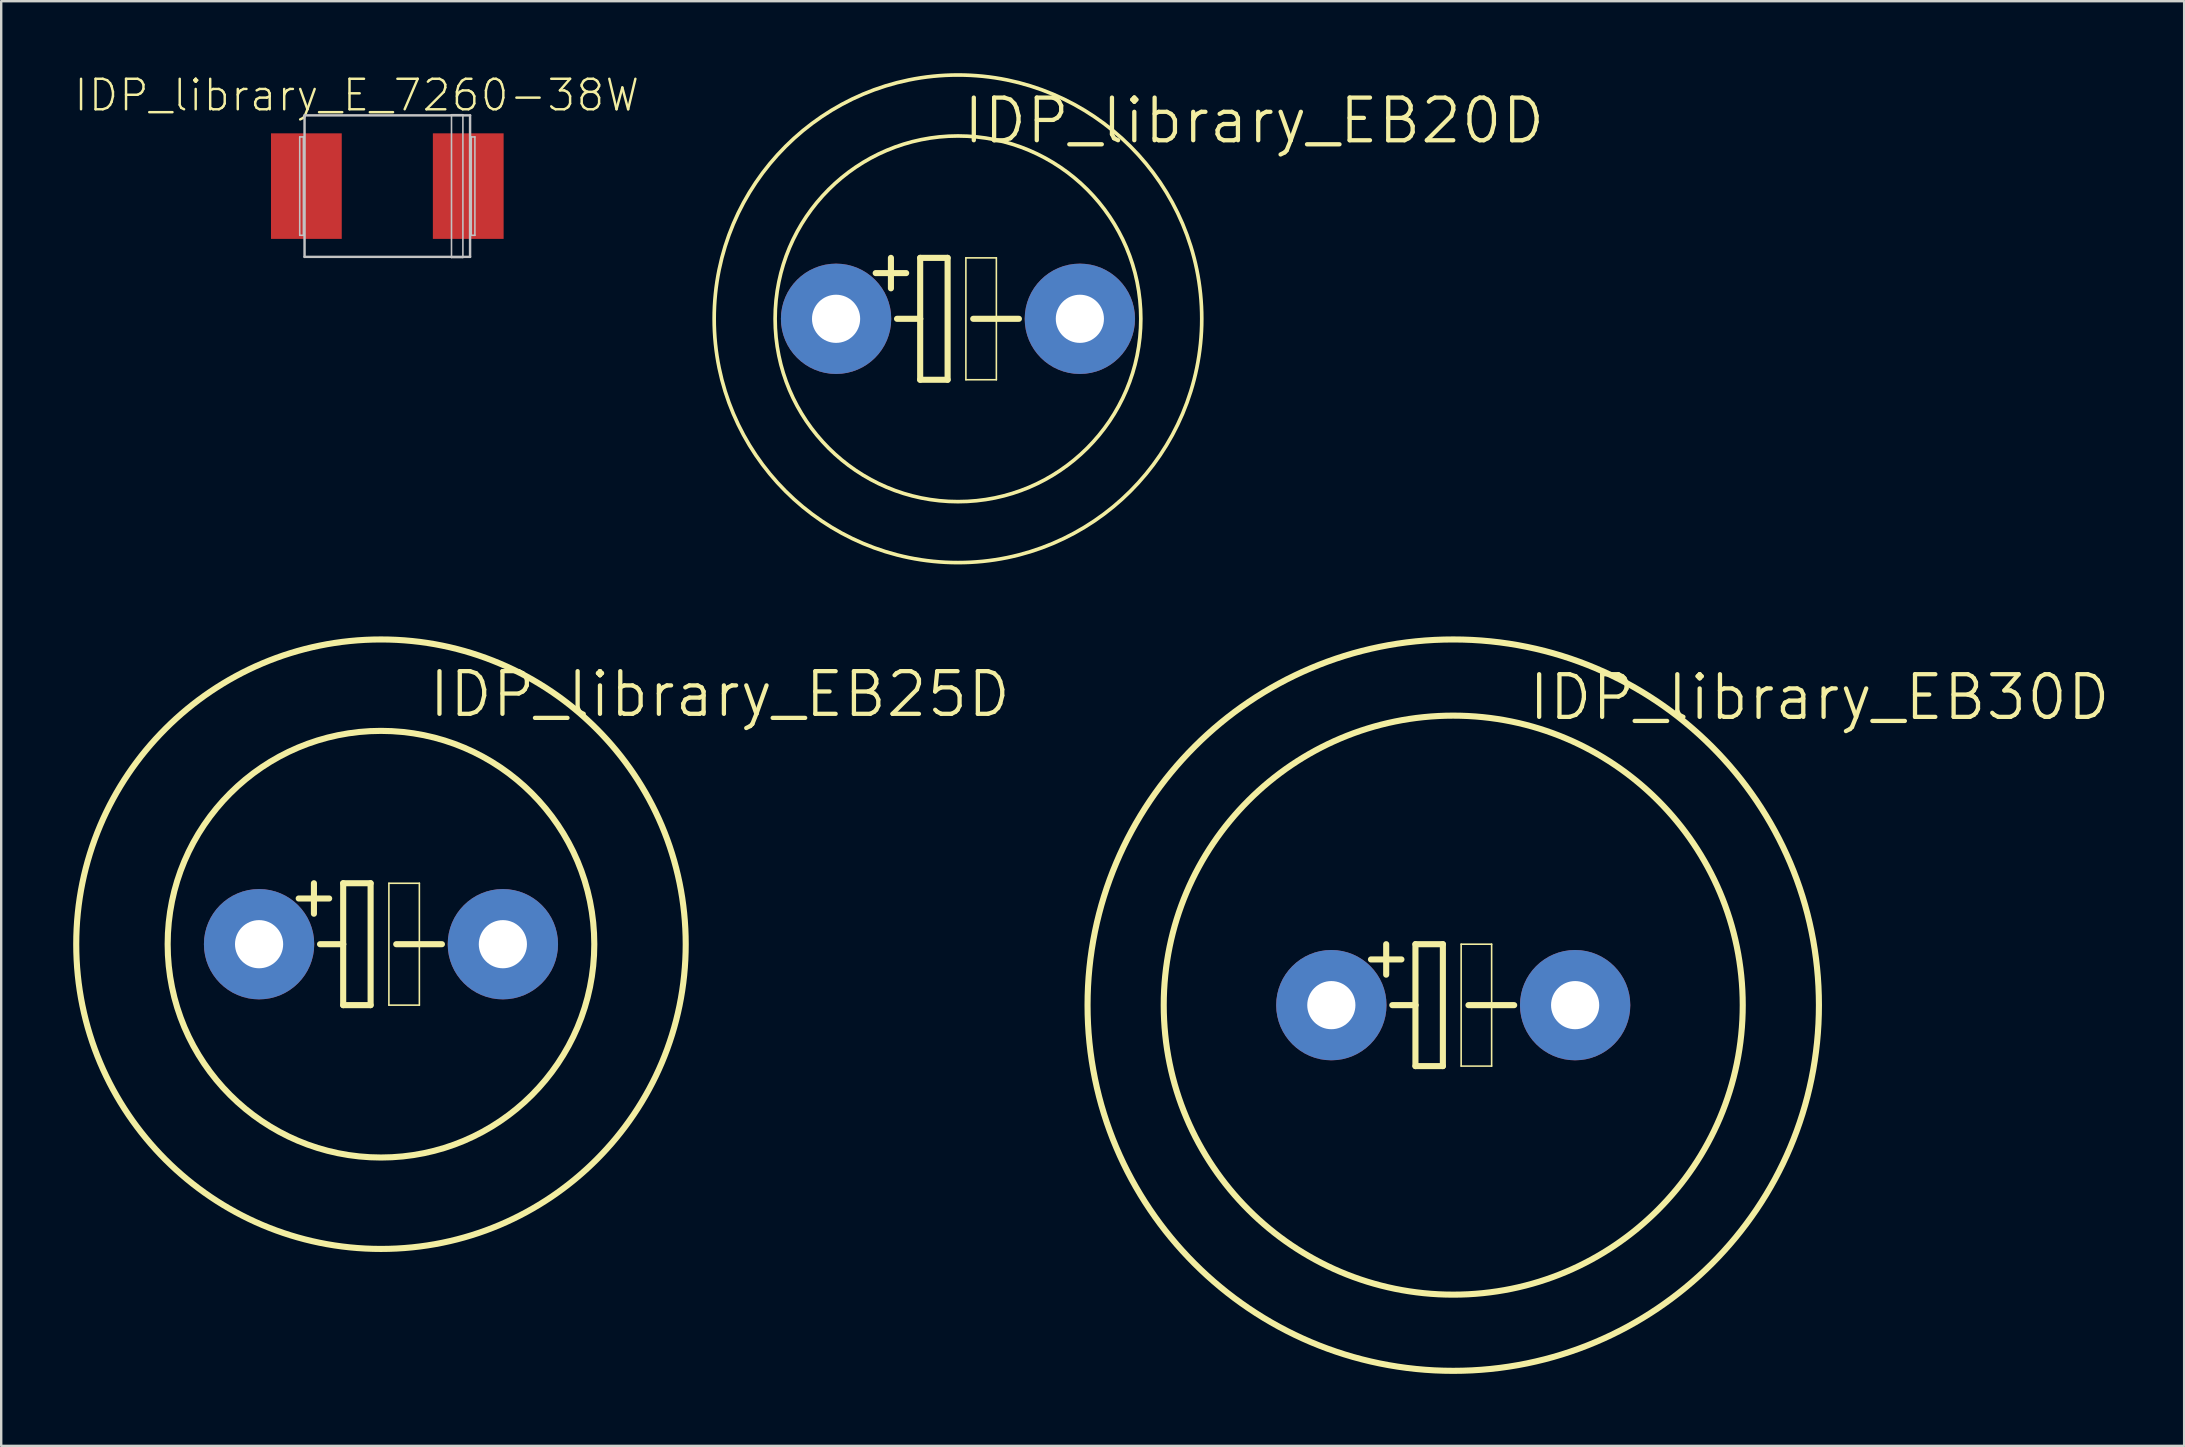
<source format=kicad_pcb>
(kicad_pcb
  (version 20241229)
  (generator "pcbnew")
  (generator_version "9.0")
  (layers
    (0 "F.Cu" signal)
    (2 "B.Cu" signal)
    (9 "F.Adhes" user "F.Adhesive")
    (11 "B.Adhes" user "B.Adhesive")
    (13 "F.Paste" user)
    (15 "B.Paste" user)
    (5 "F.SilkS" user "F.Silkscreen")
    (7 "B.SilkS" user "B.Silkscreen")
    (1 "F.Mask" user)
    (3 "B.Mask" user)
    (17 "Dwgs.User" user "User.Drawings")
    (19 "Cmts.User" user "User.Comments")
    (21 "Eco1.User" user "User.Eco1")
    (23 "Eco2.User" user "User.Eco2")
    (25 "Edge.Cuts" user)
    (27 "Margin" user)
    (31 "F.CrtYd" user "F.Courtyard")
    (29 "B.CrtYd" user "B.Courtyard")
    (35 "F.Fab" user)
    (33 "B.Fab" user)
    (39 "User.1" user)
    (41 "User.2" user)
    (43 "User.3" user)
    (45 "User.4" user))
  (footprint "IDP_library_EB25D"
    (layer "F.Cu")
    (at 12.827 36.299)
    (property "Reference" "IDP_library_EB25D" (at 14.122 -10.414 0) (layer "F.SilkS") (effects (font (size 1.778 1.778) (thickness 0.178))))
    (attr exclude_from_pos_files exclude_from_bom)
    (fp_line (start -2.794 -2.54) (end -2.794 -1.27) (stroke (width 0.254) (type solid)) (layer "F.SilkS"))
    (fp_line (start -2.54 0) (end -1.575 0) (stroke (width 0.254) (type solid)) (layer "F.SilkS"))
    (fp_line (start -2.159 -1.905) (end -3.429 -1.905) (stroke (width 0.254) (type solid)) (layer "F.SilkS"))
    (fp_line (start -1.575 -2.54) (end -0.432 -2.54) (stroke (width 0.254) (type solid)) (layer "F.SilkS"))
    (fp_line (start -1.575 0) (end -1.575 -2.54) (stroke (width 0.254) (type solid)) (layer "F.SilkS"))
    (fp_line (start -1.575 2.54) (end -1.575 0) (stroke (width 0.254) (type solid)) (layer "F.SilkS"))
    (fp_line (start -0.432 -2.54) (end -0.432 2.54) (stroke (width 0.254) (type solid)) (layer "F.SilkS"))
    (fp_line (start -0.432 2.54) (end -1.575 2.54) (stroke (width 0.254) (type solid)) (layer "F.SilkS"))
    (fp_line (start 0.33 -2.54) (end 1.6 -2.54) (stroke (width 0.066) (type solid)) (layer "F.SilkS"))
    (fp_line (start 0.33 2.54) (end 0.33 -2.54) (stroke (width 0.066) (type solid)) (layer "F.SilkS"))
    (fp_line (start 0.33 2.54) (end 1.6 2.54) (stroke (width 0.066) (type solid)) (layer "F.SilkS"))
    (fp_line (start 0.635 0) (end 2.54 0) (stroke (width 0.254) (type solid)) (layer "F.SilkS"))
    (fp_line (start 1.6 2.54) (end 1.6 -2.54) (stroke (width 0.066) (type solid)) (layer "F.SilkS"))
    (fp_circle (center 0 0) (end 0 -12.7) (stroke (width 0.254) (type solid)) (fill no) (layer "F.SilkS"))
    (fp_circle (center 0 0) (end 0 -8.89) (stroke (width 0.254) (type solid)) (fill no) (layer "F.SilkS"))
    (pad "+" thru_hole circle (at -5.08 0) (size 4.597 4.597) (drill 2.007) (layers "*.Cu" "*.Paste" "*.Mask"))
    (pad "-" thru_hole circle (at 5.08 0) (size 4.597 4.597) (drill 2.007) (layers "*.Cu" "*.Paste" "*.Mask")))
  (footprint "IDP_library_EB20D"
    (layer "F.Cu")
    (at 36.873 10.236)
    (property "Reference" "IDP_library_EB20D" (at 12.344 -8.255 0) (layer "F.SilkS") (effects (font (size 1.778 1.778) (thickness 0.178))))
    (attr exclude_from_pos_files exclude_from_bom)
    (fp_line (start -2.794 -2.54) (end -2.794 -1.27) (stroke (width 0.254) (type solid)) (layer "F.SilkS"))
    (fp_line (start -2.54 0) (end -1.575 0) (stroke (width 0.254) (type solid)) (layer "F.SilkS"))
    (fp_line (start -2.159 -1.905) (end -3.429 -1.905) (stroke (width 0.254) (type solid)) (layer "F.SilkS"))
    (fp_line (start -1.575 -2.54) (end -0.432 -2.54) (stroke (width 0.254) (type solid)) (layer "F.SilkS"))
    (fp_line (start -1.575 0) (end -1.575 -2.54) (stroke (width 0.254) (type solid)) (layer "F.SilkS"))
    (fp_line (start -1.575 2.54) (end -1.575 0) (stroke (width 0.254) (type solid)) (layer "F.SilkS"))
    (fp_line (start -0.432 -2.54) (end -0.432 2.54) (stroke (width 0.254) (type solid)) (layer "F.SilkS"))
    (fp_line (start -0.432 2.54) (end -1.575 2.54) (stroke (width 0.254) (type solid)) (layer "F.SilkS"))
    (fp_line (start 0.33 -2.54) (end 1.6 -2.54) (stroke (width 0.066) (type solid)) (layer "F.SilkS"))
    (fp_line (start 0.33 2.54) (end 0.33 -2.54) (stroke (width 0.066) (type solid)) (layer "F.SilkS"))
    (fp_line (start 0.33 2.54) (end 1.6 2.54) (stroke (width 0.066) (type solid)) (layer "F.SilkS"))
    (fp_line (start 0.635 0) (end 2.54 0) (stroke (width 0.254) (type solid)) (layer "F.SilkS"))
    (fp_line (start 1.6 2.54) (end 1.6 -2.54) (stroke (width 0.066) (type solid)) (layer "F.SilkS"))
    (fp_circle (center 0 0) (end 0 -10.16) (stroke (width 0.152) (type solid)) (fill no) (layer "F.SilkS"))
    (fp_circle (center 0 0) (end 0 -7.62) (stroke (width 0.152) (type solid)) (fill no) (layer "F.SilkS"))
    (pad "+" thru_hole circle (at -5.08 0) (size 4.597 4.597) (drill 2.007) (layers "*.Cu" "*.Paste" "*.Mask"))
    (pad "-" thru_hole circle (at 5.08 0) (size 4.597 4.597) (drill 2.007) (layers "*.Cu" "*.Paste" "*.Mask")))
  (footprint "IDP_library_E_7260-38W"
    (layer "F.Cu")
    (at 13.091 4.706)
    (property "Reference" "IDP_library_E_7260-38W" (at -1.273 -3.785 0) (layer "F.SilkS") (effects (font (size 1.27 1.27) (thickness 0.102))))
    (attr smd)
    (fp_line (start -3.65 -2.05) (end -3.498 -2.05) (stroke (width 0.066) (type solid)) (layer "Dwgs.User"))
    (fp_line (start -3.65 2.05) (end -3.65 -2.05) (stroke (width 0.066) (type solid)) (layer "Dwgs.User"))
    (fp_line (start -3.65 2.05) (end -3.498 2.05) (stroke (width 0.066) (type solid)) (layer "Dwgs.User"))
    (fp_line (start -3.498 2.05) (end -3.498 -2.05) (stroke (width 0.066) (type solid)) (layer "Dwgs.User"))
    (fp_line (start -3.449 -2.949) (end 3.449 -2.949) (stroke (width 0.102) (type solid)) (layer "Dwgs.User"))
    (fp_line (start -3.449 2.949) (end -3.449 -2.949) (stroke (width 0.102) (type solid)) (layer "Dwgs.User"))
    (fp_line (start 2.675 -2.974) (end 3.15 -2.974) (stroke (width 0.066) (type solid)) (layer "Dwgs.User"))
    (fp_line (start 2.675 2.974) (end 2.675 -2.974) (stroke (width 0.066) (type solid)) (layer "Dwgs.User"))
    (fp_line (start 2.675 2.974) (end 3.15 2.974) (stroke (width 0.066) (type solid)) (layer "Dwgs.User"))
    (fp_line (start 3.15 2.974) (end 3.15 -2.974) (stroke (width 0.066) (type solid)) (layer "Dwgs.User"))
    (fp_line (start 3.449 -2.949) (end 3.449 2.949) (stroke (width 0.102) (type solid)) (layer "Dwgs.User"))
    (fp_line (start 3.449 2.949) (end -3.449 2.949) (stroke (width 0.102) (type solid)) (layer "Dwgs.User"))
    (fp_line (start 3.498 -2.05) (end 3.65 -2.05) (stroke (width 0.066) (type solid)) (layer "Dwgs.User"))
    (fp_line (start 3.498 2.05) (end 3.498 -2.05) (stroke (width 0.066) (type solid)) (layer "Dwgs.User"))
    (fp_line (start 3.498 2.05) (end 3.65 2.05) (stroke (width 0.066) (type solid)) (layer "Dwgs.User"))
    (fp_line (start 3.65 2.05) (end 3.65 -2.05) (stroke (width 0.066) (type solid)) (layer "Dwgs.User"))
    (pad "+" smd rect (at 3.373 0) (size 2.949 4.399) (layers "F.Cu" "F.Mask" "F.Paste"))
    (pad "-" smd rect (at -3.373 0) (size 2.949 4.399) (layers "F.Cu" "F.Mask" "F.Paste")))
  (footprint "IDP_library_EB30D"
    (layer "F.Cu")
    (at 57.513 38.839)
    (property "Reference" "IDP_library_EB30D" (at 15.265 -12.827 0) (layer "F.SilkS") (effects (font (size 1.778 1.778) (thickness 0.178))))
    (attr exclude_from_pos_files exclude_from_bom)
    (fp_line (start -2.794 -2.54) (end -2.794 -1.27) (stroke (width 0.254) (type solid)) (layer "F.SilkS"))
    (fp_line (start -2.54 0) (end -1.575 0) (stroke (width 0.254) (type solid)) (layer "F.SilkS"))
    (fp_line (start -2.159 -1.905) (end -3.429 -1.905) (stroke (width 0.254) (type solid)) (layer "F.SilkS"))
    (fp_line (start -1.575 -2.54) (end -0.432 -2.54) (stroke (width 0.254) (type solid)) (layer "F.SilkS"))
    (fp_line (start -1.575 0) (end -1.575 -2.54) (stroke (width 0.254) (type solid)) (layer "F.SilkS"))
    (fp_line (start -1.575 2.54) (end -1.575 0) (stroke (width 0.254) (type solid)) (layer "F.SilkS"))
    (fp_line (start -0.432 -2.54) (end -0.432 2.54) (stroke (width 0.254) (type solid)) (layer "F.SilkS"))
    (fp_line (start -0.432 2.54) (end -1.575 2.54) (stroke (width 0.254) (type solid)) (layer "F.SilkS"))
    (fp_line (start 0.33 -2.54) (end 1.6 -2.54) (stroke (width 0.066) (type solid)) (layer "F.SilkS"))
    (fp_line (start 0.33 2.54) (end 0.33 -2.54) (stroke (width 0.066) (type solid)) (layer "F.SilkS"))
    (fp_line (start 0.33 2.54) (end 1.6 2.54) (stroke (width 0.066) (type solid)) (layer "F.SilkS"))
    (fp_line (start 0.635 0) (end 2.54 0) (stroke (width 0.254) (type solid)) (layer "F.SilkS"))
    (fp_line (start 1.6 2.54) (end 1.6 -2.54) (stroke (width 0.066) (type solid)) (layer "F.SilkS"))
    (fp_circle (center 0 0) (end 0 -15.24) (stroke (width 0.254) (type solid)) (fill no) (layer "F.SilkS"))
    (fp_circle (center 0 0) (end 0 -12.065) (stroke (width 0.254) (type solid)) (fill no) (layer "F.SilkS"))
    (pad "+" thru_hole circle (at -5.08 0) (size 4.597 4.597) (drill 2.007) (layers "*.Cu" "*.Paste" "*.Mask"))
    (pad "-" thru_hole circle (at 5.08 0) (size 4.597 4.597) (drill 2.007) (layers "*.Cu" "*.Paste" "*.Mask")))
  (gr_rect
    (start -3 -3)
    (end 87.974 57.206)
    (stroke (width 0.1) (type default))
    (fill no)
    (layer "Edge.Cuts")))
</source>
